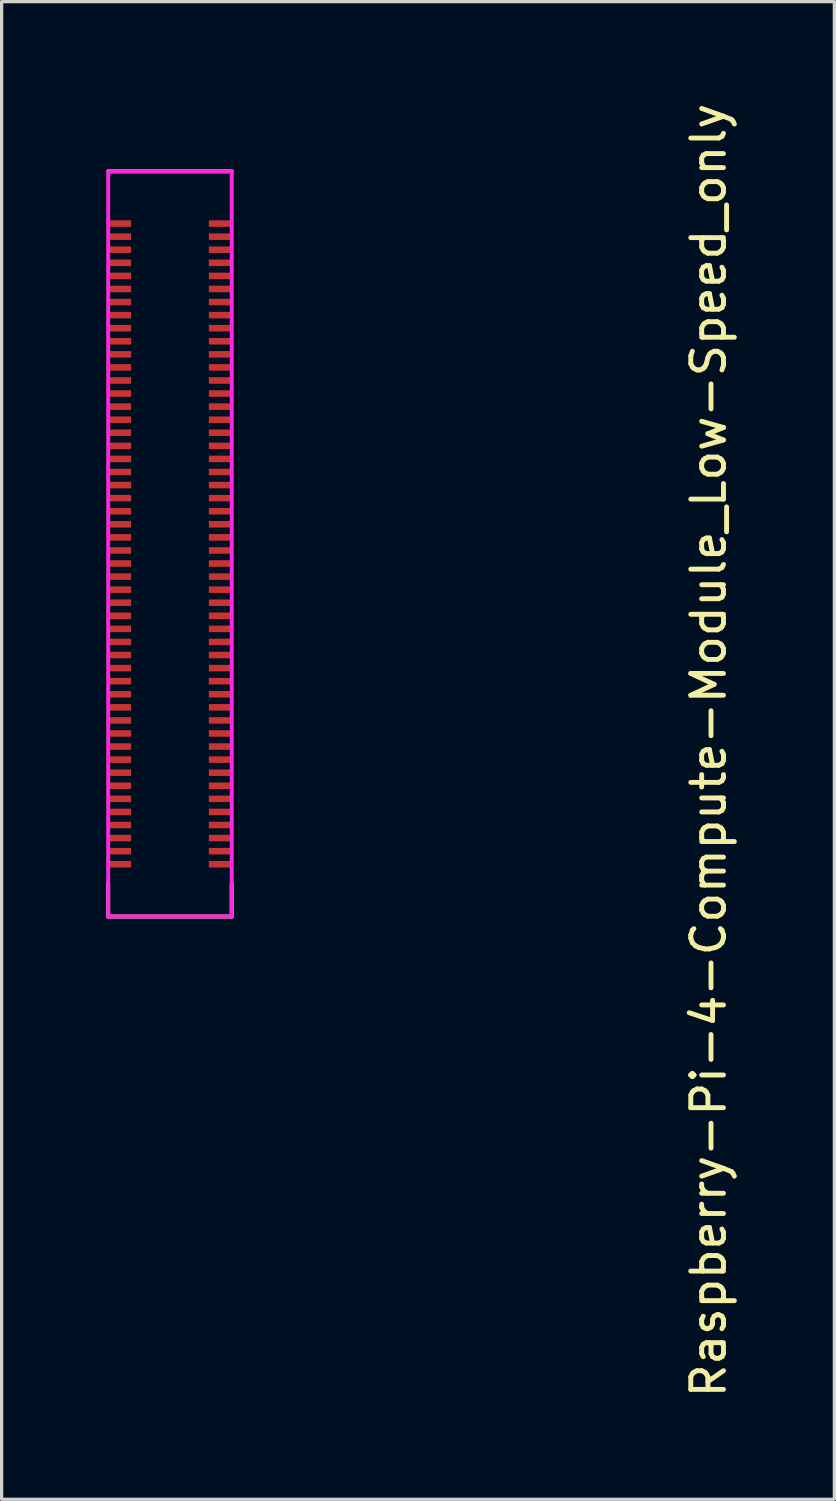
<source format=kicad_pcb>
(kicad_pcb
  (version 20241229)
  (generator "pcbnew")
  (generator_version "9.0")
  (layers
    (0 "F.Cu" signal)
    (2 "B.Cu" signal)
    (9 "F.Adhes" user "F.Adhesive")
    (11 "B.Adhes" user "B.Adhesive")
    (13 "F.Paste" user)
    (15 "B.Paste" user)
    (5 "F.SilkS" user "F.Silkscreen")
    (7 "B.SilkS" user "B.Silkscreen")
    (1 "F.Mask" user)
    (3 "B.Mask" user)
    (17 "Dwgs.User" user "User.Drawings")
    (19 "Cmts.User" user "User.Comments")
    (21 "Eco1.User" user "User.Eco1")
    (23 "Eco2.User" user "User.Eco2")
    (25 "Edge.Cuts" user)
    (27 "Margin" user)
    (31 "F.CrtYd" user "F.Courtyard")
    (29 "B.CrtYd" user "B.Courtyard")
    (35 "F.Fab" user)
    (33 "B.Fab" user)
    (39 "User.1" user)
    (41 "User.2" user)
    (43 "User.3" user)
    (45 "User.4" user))
  (footprint "Raspberry-Pi-4-Compute-Module_Low-Speed_only"
    (layer "F.Cu")
    (at 0.25 24.991)
    (property "Reference" "Raspberry-Pi-4-Compute-Module_Low-Speed_only" (at 18.38 -5.08 270) (layer "F.SilkS") (effects (font (size 1 1) (thickness 0.15))))
    (attr smd)
    (fp_line (start 0.01 -22.8) (end 3.79 -22.8) (stroke (width 0.12) (type solid)) (layer "F.SilkS"))
    (fp_line (start 0.01 0) (end 0.01 -1) (stroke (width 0.12) (type solid)) (layer "F.SilkS"))
    (fp_line (start 0.01 0) (end 3.79 0) (stroke (width 0.12) (type solid)) (layer "F.SilkS"))
    (fp_line (start 3.79 0) (end 3.79 -1) (stroke (width 0.12) (type solid)) (layer "F.SilkS"))
    (fp_line (start 0.01 -22.8) (end 3.79 -22.8) (stroke (width 0.12) (type solid)) (layer "F.CrtYd"))
    (fp_line (start 0.01 0) (end 0.01 -22.8) (stroke (width 0.12) (type solid)) (layer "F.CrtYd"))
    (fp_line (start 3.79 -22.8) (end 3.79 0) (stroke (width 0.12) (type solid)) (layer "F.CrtYd"))
    (fp_line (start 3.79 0) (end 0.01 0) (stroke (width 0.12) (type solid)) (layer "F.CrtYd"))
    (pad "1" smd rect (at 0.36 -21.2 270) (size 0.2 0.7) (layers "F.Cu" "F.Mask" "F.Paste"))
    (pad "2" smd rect (at 3.44 -21.2 270) (size 0.2 0.7) (layers "F.Cu" "F.Mask" "F.Paste"))
    (pad "3" smd rect (at 0.36 -20.8 270) (size 0.2 0.7) (layers "F.Cu" "F.Mask" "F.Paste"))
    (pad "4" smd rect (at 3.44 -20.8 270) (size 0.2 0.7) (layers "F.Cu" "F.Mask" "F.Paste"))
    (pad "5" smd rect (at 0.36 -20.4 270) (size 0.2 0.7) (layers "F.Cu" "F.Mask" "F.Paste"))
    (pad "6" smd rect (at 3.44 -20.4 270) (size 0.2 0.7) (layers "F.Cu" "F.Mask" "F.Paste"))
    (pad "7" smd rect (at 0.36 -20 270) (size 0.2 0.7) (layers "F.Cu" "F.Mask" "F.Paste"))
    (pad "8" smd rect (at 3.44 -20 270) (size 0.2 0.7) (layers "F.Cu" "F.Mask" "F.Paste"))
    (pad "9" smd rect (at 0.36 -19.6 270) (size 0.2 0.7) (layers "F.Cu" "F.Mask" "F.Paste"))
    (pad "10" smd rect (at 3.44 -19.6 270) (size 0.2 0.7) (layers "F.Cu" "F.Mask" "F.Paste"))
    (pad "11" smd rect (at 0.36 -19.2 270) (size 0.2 0.7) (layers "F.Cu" "F.Mask" "F.Paste"))
    (pad "12" smd rect (at 3.44 -19.2 270) (size 0.2 0.7) (layers "F.Cu" "F.Mask" "F.Paste"))
    (pad "13" smd rect (at 0.36 -18.8 270) (size 0.2 0.7) (layers "F.Cu" "F.Mask" "F.Paste"))
    (pad "14" smd rect (at 3.44 -18.8 270) (size 0.2 0.7) (layers "F.Cu" "F.Mask" "F.Paste"))
    (pad "15" smd rect (at 0.36 -18.4 270) (size 0.2 0.7) (layers "F.Cu" "F.Mask" "F.Paste"))
    (pad "16" smd rect (at 3.44 -18.4 270) (size 0.2 0.7) (layers "F.Cu" "F.Mask" "F.Paste"))
    (pad "17" smd rect (at 0.36 -18 270) (size 0.2 0.7) (layers "F.Cu" "F.Mask" "F.Paste"))
    (pad "18" smd rect (at 3.44 -18 270) (size 0.2 0.7) (layers "F.Cu" "F.Mask" "F.Paste"))
    (pad "19" smd rect (at 0.36 -17.6 270) (size 0.2 0.7) (layers "F.Cu" "F.Mask" "F.Paste"))
    (pad "20" smd rect (at 3.44 -17.6 270) (size 0.2 0.7) (layers "F.Cu" "F.Mask" "F.Paste"))
    (pad "21" smd rect (at 0.36 -17.2 270) (size 0.2 0.7) (layers "F.Cu" "F.Mask" "F.Paste"))
    (pad "22" smd rect (at 3.44 -17.2 270) (size 0.2 0.7) (layers "F.Cu" "F.Mask" "F.Paste"))
    (pad "23" smd rect (at 0.36 -16.8 270) (size 0.2 0.7) (layers "F.Cu" "F.Mask" "F.Paste"))
    (pad "24" smd rect (at 3.44 -16.8 270) (size 0.2 0.7) (layers "F.Cu" "F.Mask" "F.Paste"))
    (pad "25" smd rect (at 0.36 -16.4 270) (size 0.2 0.7) (layers "F.Cu" "F.Mask" "F.Paste"))
    (pad "26" smd rect (at 3.44 -16.4 270) (size 0.2 0.7) (layers "F.Cu" "F.Mask" "F.Paste"))
    (pad "27" smd rect (at 0.36 -16 270) (size 0.2 0.7) (layers "F.Cu" "F.Mask" "F.Paste"))
    (pad "28" smd rect (at 3.44 -16 270) (size 0.2 0.7) (layers "F.Cu" "F.Mask" "F.Paste"))
    (pad "29" smd rect (at 0.36 -15.6 270) (size 0.2 0.7) (layers "F.Cu" "F.Mask" "F.Paste"))
    (pad "30" smd rect (at 3.44 -15.6 270) (size 0.2 0.7) (layers "F.Cu" "F.Mask" "F.Paste"))
    (pad "31" smd rect (at 0.36 -15.2 270) (size 0.2 0.7) (layers "F.Cu" "F.Mask" "F.Paste"))
    (pad "32" smd rect (at 3.44 -15.2 270) (size 0.2 0.7) (layers "F.Cu" "F.Mask" "F.Paste"))
    (pad "33" smd rect (at 0.36 -14.8 270) (size 0.2 0.7) (layers "F.Cu" "F.Mask" "F.Paste"))
    (pad "34" smd rect (at 3.44 -14.8 270) (size 0.2 0.7) (layers "F.Cu" "F.Mask" "F.Paste"))
    (pad "35" smd rect (at 0.36 -14.4 270) (size 0.2 0.7) (layers "F.Cu" "F.Mask" "F.Paste"))
    (pad "36" smd rect (at 3.44 -14.4 270) (size 0.2 0.7) (layers "F.Cu" "F.Mask" "F.Paste"))
    (pad "37" smd rect (at 0.36 -14 270) (size 0.2 0.7) (layers "F.Cu" "F.Mask" "F.Paste"))
    (pad "38" smd rect (at 3.44 -14 270) (size 0.2 0.7) (layers "F.Cu" "F.Mask" "F.Paste"))
    (pad "39" smd rect (at 0.36 -13.6 270) (size 0.2 0.7) (layers "F.Cu" "F.Mask" "F.Paste"))
    (pad "40" smd rect (at 3.44 -13.6 270) (size 0.2 0.7) (layers "F.Cu" "F.Mask" "F.Paste"))
    (pad "41" smd rect (at 0.36 -13.2 270) (size 0.2 0.7) (layers "F.Cu" "F.Mask" "F.Paste"))
    (pad "42" smd rect (at 3.44 -13.2 270) (size 0.2 0.7) (layers "F.Cu" "F.Mask" "F.Paste"))
    (pad "43" smd rect (at 0.36 -12.8 270) (size 0.2 0.7) (layers "F.Cu" "F.Mask" "F.Paste"))
    (pad "44" smd rect (at 3.44 -12.8 270) (size 0.2 0.7) (layers "F.Cu" "F.Mask" "F.Paste"))
    (pad "45" smd rect (at 0.36 -12.4 270) (size 0.2 0.7) (layers "F.Cu" "F.Mask" "F.Paste"))
    (pad "46" smd rect (at 3.44 -12.4 270) (size 0.2 0.7) (layers "F.Cu" "F.Mask" "F.Paste"))
    (pad "47" smd rect (at 0.36 -12 270) (size 0.2 0.7) (layers "F.Cu" "F.Mask" "F.Paste"))
    (pad "48" smd rect (at 3.44 -12 270) (size 0.2 0.7) (layers "F.Cu" "F.Mask" "F.Paste"))
    (pad "49" smd rect (at 0.36 -11.6 270) (size 0.2 0.7) (layers "F.Cu" "F.Mask" "F.Paste"))
    (pad "50" smd rect (at 3.44 -11.6 270) (size 0.2 0.7) (layers "F.Cu" "F.Mask" "F.Paste"))
    (pad "51" smd rect (at 0.36 -11.2 270) (size 0.2 0.7) (layers "F.Cu" "F.Mask" "F.Paste"))
    (pad "52" smd rect (at 3.44 -11.2 270) (size 0.2 0.7) (layers "F.Cu" "F.Mask" "F.Paste"))
    (pad "53" smd rect (at 0.36 -10.8 270) (size 0.2 0.7) (layers "F.Cu" "F.Mask" "F.Paste"))
    (pad "54" smd rect (at 3.44 -10.8 270) (size 0.2 0.7) (layers "F.Cu" "F.Mask" "F.Paste"))
    (pad "55" smd rect (at 0.36 -10.4 270) (size 0.2 0.7) (layers "F.Cu" "F.Mask" "F.Paste"))
    (pad "56" smd rect (at 3.44 -10.4 270) (size 0.2 0.7) (layers "F.Cu" "F.Mask" "F.Paste"))
    (pad "57" smd rect (at 0.36 -10 270) (size 0.2 0.7) (layers "F.Cu" "F.Mask" "F.Paste"))
    (pad "58" smd rect (at 3.44 -10 270) (size 0.2 0.7) (layers "F.Cu" "F.Mask" "F.Paste"))
    (pad "59" smd rect (at 0.36 -9.6 270) (size 0.2 0.7) (layers "F.Cu" "F.Mask" "F.Paste"))
    (pad "60" smd rect (at 3.44 -9.6 270) (size 0.2 0.7) (layers "F.Cu" "F.Mask" "F.Paste"))
    (pad "61" smd rect (at 0.36 -9.2 270) (size 0.2 0.7) (layers "F.Cu" "F.Mask" "F.Paste"))
    (pad "62" smd rect (at 3.44 -9.2 270) (size 0.2 0.7) (layers "F.Cu" "F.Mask" "F.Paste"))
    (pad "63" smd rect (at 0.36 -8.8 270) (size 0.2 0.7) (layers "F.Cu" "F.Mask" "F.Paste"))
    (pad "64" smd rect (at 3.44 -8.8 270) (size 0.2 0.7) (layers "F.Cu" "F.Mask" "F.Paste"))
    (pad "65" smd rect (at 0.36 -8.4 270) (size 0.2 0.7) (layers "F.Cu" "F.Mask" "F.Paste"))
    (pad "66" smd rect (at 3.44 -8.4 270) (size 0.2 0.7) (layers "F.Cu" "F.Mask" "F.Paste"))
    (pad "67" smd rect (at 0.36 -8 270) (size 0.2 0.7) (layers "F.Cu" "F.Mask" "F.Paste"))
    (pad "68" smd rect (at 3.44 -8 270) (size 0.2 0.7) (layers "F.Cu" "F.Mask" "F.Paste"))
    (pad "69" smd rect (at 0.36 -7.6 270) (size 0.2 0.7) (layers "F.Cu" "F.Mask" "F.Paste"))
    (pad "70" smd rect (at 3.44 -7.6 270) (size 0.2 0.7) (layers "F.Cu" "F.Mask" "F.Paste"))
    (pad "71" smd rect (at 0.36 -7.2 270) (size 0.2 0.7) (layers "F.Cu" "F.Mask" "F.Paste"))
    (pad "72" smd rect (at 3.44 -7.2 270) (size 0.2 0.7) (layers "F.Cu" "F.Mask" "F.Paste"))
    (pad "73" smd rect (at 0.36 -6.8 270) (size 0.2 0.7) (layers "F.Cu" "F.Mask" "F.Paste"))
    (pad "74" smd rect (at 3.44 -6.8 270) (size 0.2 0.7) (layers "F.Cu" "F.Mask" "F.Paste"))
    (pad "75" smd rect (at 0.36 -6.4 270) (size 0.2 0.7) (layers "F.Cu" "F.Mask" "F.Paste"))
    (pad "76" smd rect (at 3.44 -6.4 270) (size 0.2 0.7) (layers "F.Cu" "F.Mask" "F.Paste"))
    (pad "77" smd rect (at 0.36 -6 270) (size 0.2 0.7) (layers "F.Cu" "F.Mask" "F.Paste"))
    (pad "78" smd rect (at 3.44 -6 270) (size 0.2 0.7) (layers "F.Cu" "F.Mask" "F.Paste"))
    (pad "79" smd rect (at 0.36 -5.6 270) (size 0.2 0.7) (layers "F.Cu" "F.Mask" "F.Paste"))
    (pad "80" smd rect (at 3.44 -5.6 270) (size 0.2 0.7) (layers "F.Cu" "F.Mask" "F.Paste"))
    (pad "81" smd rect (at 0.36 -5.2 270) (size 0.2 0.7) (layers "F.Cu" "F.Mask" "F.Paste"))
    (pad "82" smd rect (at 3.44 -5.2 270) (size 0.2 0.7) (layers "F.Cu" "F.Mask" "F.Paste"))
    (pad "83" smd rect (at 0.36 -4.8 270) (size 0.2 0.7) (layers "F.Cu" "F.Mask" "F.Paste"))
    (pad "84" smd rect (at 3.44 -4.8 270) (size 0.2 0.7) (layers "F.Cu" "F.Mask" "F.Paste"))
    (pad "85" smd rect (at 0.36 -4.4 270) (size 0.2 0.7) (layers "F.Cu" "F.Mask" "F.Paste"))
    (pad "86" smd rect (at 3.44 -4.4 270) (size 0.2 0.7) (layers "F.Cu" "F.Mask" "F.Paste"))
    (pad "87" smd rect (at 0.36 -4 270) (size 0.2 0.7) (layers "F.Cu" "F.Mask" "F.Paste"))
    (pad "88" smd rect (at 3.44 -4 270) (size 0.2 0.7) (layers "F.Cu" "F.Mask" "F.Paste"))
    (pad "89" smd rect (at 0.36 -3.6 270) (size 0.2 0.7) (layers "F.Cu" "F.Mask" "F.Paste"))
    (pad "90" smd rect (at 3.44 -3.6 270) (size 0.2 0.7) (layers "F.Cu" "F.Mask" "F.Paste"))
    (pad "91" smd rect (at 0.36 -3.2 270) (size 0.2 0.7) (layers "F.Cu" "F.Mask" "F.Paste"))
    (pad "92" smd rect (at 3.44 -3.2 270) (size 0.2 0.7) (layers "F.Cu" "F.Mask" "F.Paste"))
    (pad "93" smd rect (at 0.36 -2.8 270) (size 0.2 0.7) (layers "F.Cu" "F.Mask" "F.Paste"))
    (pad "94" smd rect (at 3.44 -2.8 270) (size 0.2 0.7) (layers "F.Cu" "F.Mask" "F.Paste"))
    (pad "95" smd rect (at 0.36 -2.4 270) (size 0.2 0.7) (layers "F.Cu" "F.Mask" "F.Paste"))
    (pad "96" smd rect (at 3.44 -2.4 270) (size 0.2 0.7) (layers "F.Cu" "F.Mask" "F.Paste"))
    (pad "97" smd rect (at 0.36 -2 270) (size 0.2 0.7) (layers "F.Cu" "F.Mask" "F.Paste"))
    (pad "98" smd rect (at 3.44 -2 270) (size 0.2 0.7) (layers "F.Cu" "F.Mask" "F.Paste"))
    (pad "99" smd rect (at 0.36 -1.6 270) (size 0.2 0.7) (layers "F.Cu" "F.Mask" "F.Paste"))
    (pad "100" smd rect (at 3.44 -1.6 270) (size 0.2 0.7) (layers "F.Cu" "F.Mask" "F.Paste")))
  (gr_rect
    (start -3 -3)
    (end 22.478 42.821)
    (stroke (width 0.1) (type default))
    (fill no)
    (layer "Edge.Cuts")))
</source>
